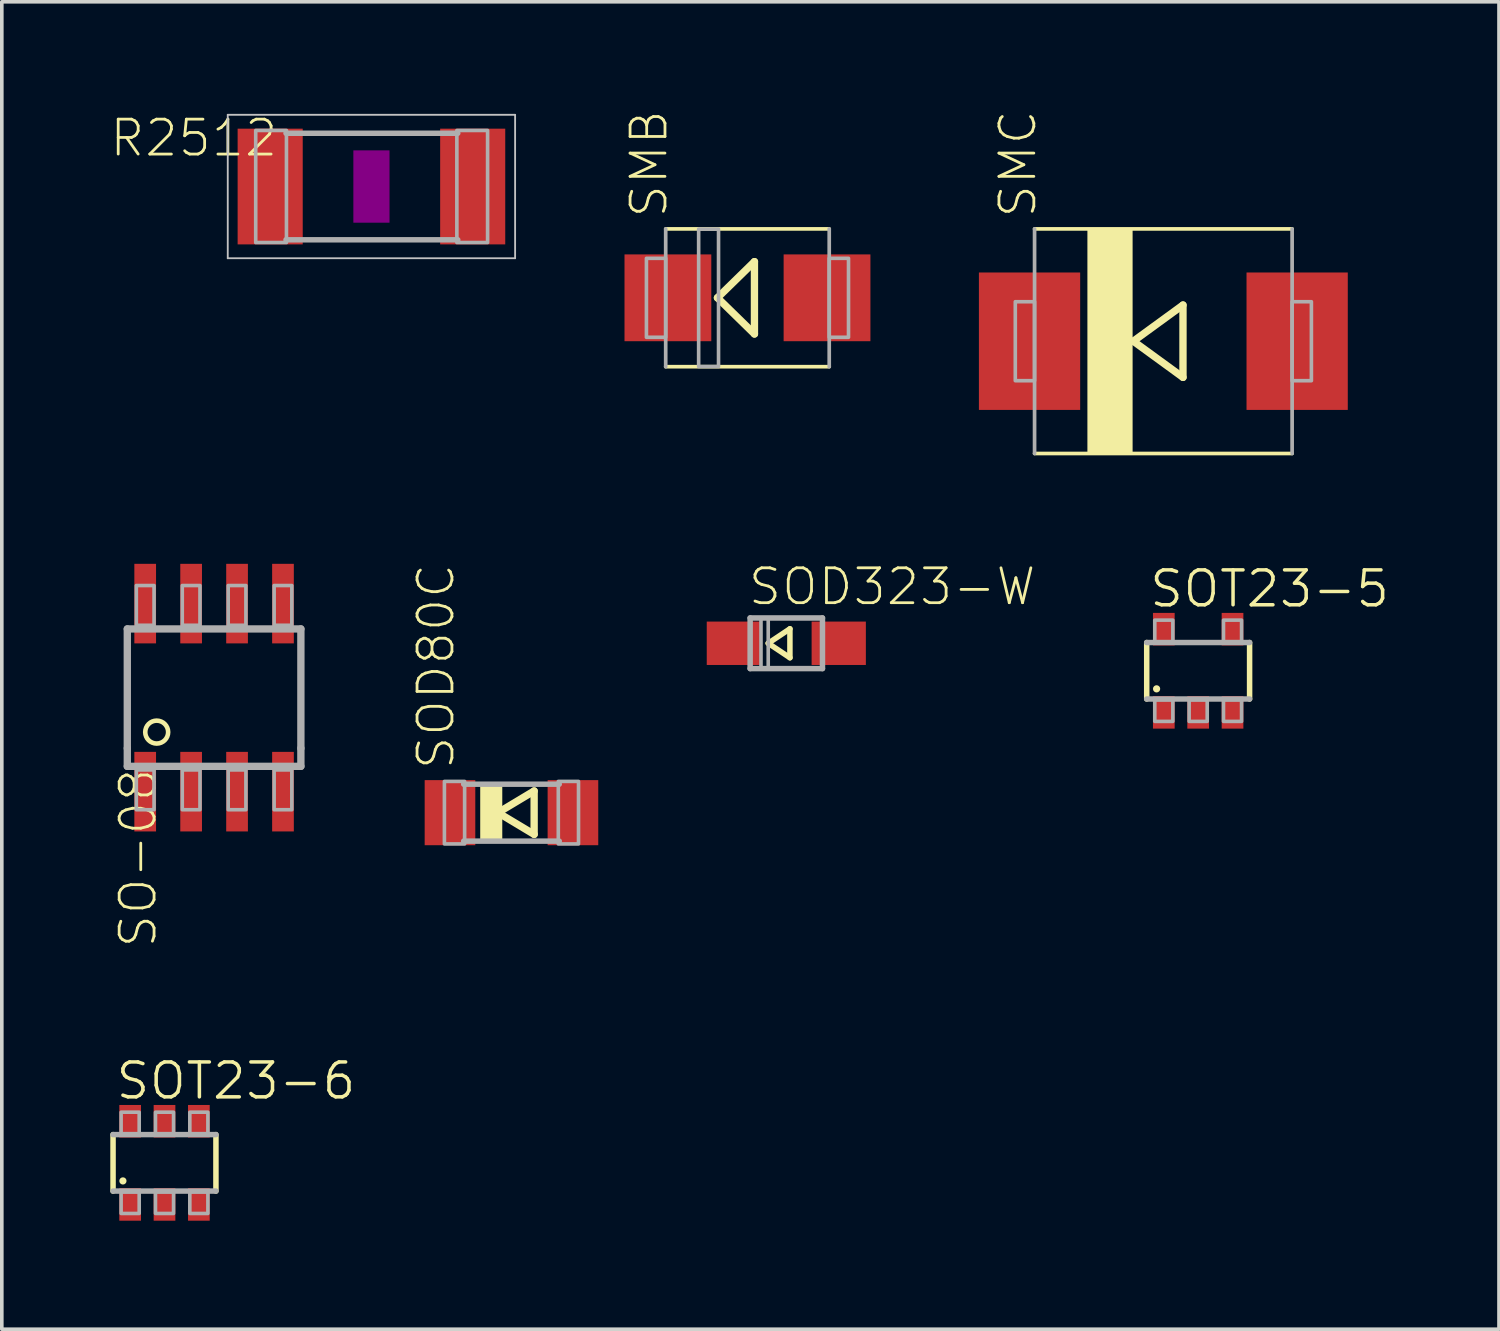
<source format=kicad_pcb>
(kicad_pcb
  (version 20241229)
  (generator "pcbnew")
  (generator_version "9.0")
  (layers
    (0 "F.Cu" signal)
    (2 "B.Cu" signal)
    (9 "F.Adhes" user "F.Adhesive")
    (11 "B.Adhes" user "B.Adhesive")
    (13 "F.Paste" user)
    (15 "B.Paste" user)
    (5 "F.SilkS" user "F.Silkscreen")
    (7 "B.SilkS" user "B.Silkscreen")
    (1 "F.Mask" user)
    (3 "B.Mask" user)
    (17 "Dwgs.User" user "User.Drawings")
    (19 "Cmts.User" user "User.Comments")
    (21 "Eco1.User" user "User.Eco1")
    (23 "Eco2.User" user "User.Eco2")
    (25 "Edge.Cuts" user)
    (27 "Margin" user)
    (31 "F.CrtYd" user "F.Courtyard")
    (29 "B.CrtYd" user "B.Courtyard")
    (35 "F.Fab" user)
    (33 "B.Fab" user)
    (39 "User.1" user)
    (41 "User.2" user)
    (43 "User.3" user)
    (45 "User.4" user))
  (footprint "SOD80C"
    (layer "F.Cu")
    (at 11.093 19.422)
    (property "Reference" "SOD80C" (at -1.524 -1.143 90) (layer "F.SilkS") (effects (font (size 0.965 0.965) (thickness 0.077)) (justify left bottom)))
    (attr through_hole)
    (fp_line (start -0.373 0) (end 0.627 0.6) (stroke (width 0.203) (type solid)) (layer "F.SilkS"))
    (fp_line (start 0.627 -0.6) (end -0.373 0) (stroke (width 0.203) (type solid)) (layer "F.SilkS"))
    (fp_line (start 0.627 0.6) (end 0.627 -0.6) (stroke (width 0.203) (type solid)) (layer "F.SilkS"))
    (fp_poly (pts (xy -0.864 0.787) (xy -0.254 0.787) (xy -0.254 -0.787) (xy -0.864 -0.787)) (stroke (width 0) (type solid)) (fill yes) (layer "F.SilkS"))
    (fp_line (start 1.321 -0.787) (end -1.321 -0.787) (stroke (width 0.152) (type solid)) (layer "F.Fab"))
    (fp_line (start 1.321 0.787) (end -1.321 0.787) (stroke (width 0.152) (type solid)) (layer "F.Fab"))
    (fp_poly (pts (xy -1.854 0.864) (xy -1.295 0.864) (xy -1.295 -0.864) (xy -1.854 -0.864)) (stroke (width 0.1) (type solid)) (fill no) (layer "F.Fab"))
    (fp_poly (pts (xy 1.295 0.864) (xy 1.854 0.864) (xy 1.854 -0.864) (xy 1.295 -0.864)) (stroke (width 0.1) (type solid)) (fill no) (layer "F.Fab"))
    (pad "A" smd rect (at 1.7 0) (size 1.4 1.8) (layers "F.Cu" "F.Mask" "F.Paste"))
    (pad "C" smd rect (at -1.7 0) (size 1.4 1.8) (layers "F.Cu" "F.Mask" "F.Paste")))
  (footprint "SOT23-6"
    (layer "F.Cu")
    (at 1.499 29.105)
    (property "Reference" "SOT23-6" (at -1.397 -1.702 0) (layer "F.SilkS") (effects (font (size 0.965 0.965) (thickness 0.097)) (justify left bottom)))
    (attr through_hole)
    (fp_line (start -1.423 0.781) (end -1.423 -0.781) (stroke (width 0.152) (type solid)) (layer "F.SilkS"))
    (fp_line (start 1.422 -0.781) (end 1.422 0.781) (stroke (width 0.152) (type solid)) (layer "F.SilkS"))
    (fp_circle (center -1.15 0.5) (end -1.05 0.5) (stroke (width 0) (type solid)) (fill yes) (layer "F.SilkS"))
    (fp_line (start -1.423 -0.781) (end 1.422 -0.781) (stroke (width 0.152) (type solid)) (layer "F.Fab"))
    (fp_line (start 1.422 0.781) (end -1.423 0.781) (stroke (width 0.152) (type solid)) (layer "F.Fab"))
    (fp_poly (pts (xy -1.2 -0.8) (xy -0.7 -0.8) (xy -0.7 -1.4) (xy -1.2 -1.4)) (stroke (width 0.1) (type solid)) (fill no) (layer "F.Fab"))
    (fp_poly (pts (xy -1.2 1.4) (xy -0.7 1.4) (xy -0.7 0.8) (xy -1.2 0.8)) (stroke (width 0.1) (type solid)) (fill no) (layer "F.Fab"))
    (fp_poly (pts (xy -0.25 -0.8) (xy 0.25 -0.8) (xy 0.25 -1.4) (xy -0.25 -1.4)) (stroke (width 0.1) (type solid)) (fill no) (layer "F.Fab"))
    (fp_poly (pts (xy -0.25 1.4) (xy 0.25 1.4) (xy 0.25 0.8) (xy -0.25 0.8)) (stroke (width 0.1) (type solid)) (fill no) (layer "F.Fab"))
    (fp_poly (pts (xy 0.7 -0.8) (xy 1.2 -0.8) (xy 1.2 -1.4) (xy 0.7 -1.4)) (stroke (width 0.1) (type solid)) (fill no) (layer "F.Fab"))
    (fp_poly (pts (xy 0.7 1.4) (xy 1.2 1.4) (xy 1.2 0.8) (xy 0.7 0.8)) (stroke (width 0.1) (type solid)) (fill no) (layer "F.Fab"))
    (pad "1" smd rect (at -0.95 1.15) (size 0.6 0.9) (layers "F.Cu" "F.Mask" "F.Paste"))
    (pad "2" smd rect (at 0 1.15) (size 0.6 0.9) (layers "F.Cu" "F.Mask" "F.Paste"))
    (pad "3" smd rect (at 0.95 1.15) (size 0.6 0.9) (layers "F.Cu" "F.Mask" "F.Paste"))
    (pad "4" smd rect (at 0.95 -1.15) (size 0.6 0.9) (layers "F.Cu" "F.Mask" "F.Paste"))
    (pad "5" smd rect (at 0 -1.15) (size 0.6 0.9) (layers "F.Cu" "F.Mask" "F.Paste"))
    (pad "6" smd rect (at -0.95 -1.15) (size 0.6 0.9) (layers "F.Cu" "F.Mask" "F.Paste")))
  (footprint "SO-08"
    (layer "F.Cu")
    (at 2.87 16.241)
    (property "Reference" "SO-08" (at -2.667 1.905 90) (layer "F.SilkS") (effects (font (size 0.965 0.965) (thickness 0.077)) (justify right top)))
    (attr through_hole)
    (fp_circle (center -1.587 0.953) (end -1.27 0.953) (stroke (width 0.127) (type solid)) (fill no) (layer "F.SilkS"))
    (fp_line (start -2.4 -1.9) (end 2.4 -1.9) (stroke (width 0.203) (type solid)) (layer "F.Fab"))
    (fp_line (start -2.4 1.4) (end -2.4 -1.9) (stroke (width 0.203) (type solid)) (layer "F.Fab"))
    (fp_line (start -2.4 1.9) (end -2.4 1.4) (stroke (width 0.203) (type solid)) (layer "F.Fab"))
    (fp_line (start 2.4 -1.9) (end 2.4 1.4) (stroke (width 0.203) (type solid)) (layer "F.Fab"))
    (fp_line (start 2.4 1.4) (end 2.4 1.9) (stroke (width 0.203) (type solid)) (layer "F.Fab"))
    (fp_line (start 2.4 1.9) (end -2.4 1.9) (stroke (width 0.203) (type solid)) (layer "F.Fab"))
    (fp_poly (pts (xy -2.15 -2) (xy -1.66 -2) (xy -1.66 -3.1) (xy -2.15 -3.1)) (stroke (width 0.1) (type solid)) (fill no) (layer "F.Fab"))
    (fp_poly (pts (xy -2.15 3.1) (xy -1.66 3.1) (xy -1.66 2) (xy -2.15 2)) (stroke (width 0.1) (type solid)) (fill no) (layer "F.Fab"))
    (fp_poly (pts (xy -0.88 -2) (xy -0.39 -2) (xy -0.39 -3.1) (xy -0.88 -3.1)) (stroke (width 0.1) (type solid)) (fill no) (layer "F.Fab"))
    (fp_poly (pts (xy -0.88 3.1) (xy -0.39 3.1) (xy -0.39 2) (xy -0.88 2)) (stroke (width 0.1) (type solid)) (fill no) (layer "F.Fab"))
    (fp_poly (pts (xy 0.39 -2) (xy 0.88 -2) (xy 0.88 -3.1) (xy 0.39 -3.1)) (stroke (width 0.1) (type solid)) (fill no) (layer "F.Fab"))
    (fp_poly (pts (xy 0.39 3.1) (xy 0.88 3.1) (xy 0.88 2) (xy 0.39 2)) (stroke (width 0.1) (type solid)) (fill no) (layer "F.Fab"))
    (fp_poly (pts (xy 1.66 -2) (xy 2.15 -2) (xy 2.15 -3.1) (xy 1.66 -3.1)) (stroke (width 0.1) (type solid)) (fill no) (layer "F.Fab"))
    (fp_poly (pts (xy 1.66 3.1) (xy 2.15 3.1) (xy 2.15 2) (xy 1.66 2)) (stroke (width 0.1) (type solid)) (fill no) (layer "F.Fab"))
    (pad "1" smd rect (at -1.905 2.6) (size 0.6 2.2) (layers "F.Cu" "F.Mask" "F.Paste"))
    (pad "2" smd rect (at -0.635 2.6) (size 0.6 2.2) (layers "F.Cu" "F.Mask" "F.Paste"))
    (pad "3" smd rect (at 0.635 2.6) (size 0.6 2.2) (layers "F.Cu" "F.Mask" "F.Paste"))
    (pad "4" smd rect (at 1.905 2.6) (size 0.6 2.2) (layers "F.Cu" "F.Mask" "F.Paste"))
    (pad "5" smd rect (at 1.905 -2.6) (size 0.6 2.2) (layers "F.Cu" "F.Mask" "F.Paste"))
    (pad "6" smd rect (at 0.635 -2.6) (size 0.6 2.2) (layers "F.Cu" "F.Mask" "F.Paste"))
    (pad "7" smd rect (at -0.635 -2.6) (size 0.6 2.2) (layers "F.Cu" "F.Mask" "F.Paste"))
    (pad "8" smd rect (at -1.905 -2.6) (size 0.6 2.2) (layers "F.Cu" "F.Mask" "F.Paste")))
  (footprint "R2512"
    (layer "F.Cu")
    (at 7.221 2.108)
    (property "Reference" "R2512" (at -2.54 -1.905 180) (layer "F.SilkS") (effects (font (size 0.965 0.965) (thickness 0.077)) (justify right top)))
    (attr through_hole)
    (fp_poly (pts (xy -0.5 1) (xy 0.5 1) (xy 0.5 -1) (xy -0.5 -1)) (stroke (width 0) (type solid)) (fill yes) (layer "F.Adhes"))
    (fp_line (start -3.973 -1.983) (end 3.973 -1.983) (stroke (width 0.051) (type solid)) (layer "Dwgs.User"))
    (fp_line (start -3.973 1.983) (end -3.973 -1.983) (stroke (width 0.051) (type solid)) (layer "Dwgs.User"))
    (fp_line (start 3.973 -1.983) (end 3.973 1.983) (stroke (width 0.051) (type solid)) (layer "Dwgs.User"))
    (fp_line (start 3.973 1.983) (end -3.973 1.983) (stroke (width 0.051) (type solid)) (layer "Dwgs.User"))
    (fp_line (start -2.362 -1.473) (end 2.387 -1.473) (stroke (width 0.152) (type solid)) (layer "F.Fab"))
    (fp_line (start -2.362 1.473) (end 2.387 1.473) (stroke (width 0.152) (type solid)) (layer "F.Fab"))
    (fp_poly (pts (xy -3.2 1.549) (xy -2.35 1.549) (xy -2.35 -1.551) (xy -3.2 -1.551)) (stroke (width 0.1) (type solid)) (fill no) (layer "F.Fab"))
    (fp_poly (pts (xy 2.362 1.549) (xy 3.212 1.549) (xy 3.212 -1.551) (xy 2.362 -1.551)) (stroke (width 0.1) (type solid)) (fill no) (layer "F.Fab"))
    (pad "1" smd rect (at -2.8 0) (size 1.8 3.2) (layers "F.Cu" "F.Mask" "F.Paste"))
    (pad "2" smd rect (at 2.8 0) (size 1.8 3.2) (layers "F.Cu" "F.Mask" "F.Paste")))
  (footprint "SOD323-W"
    (layer "F.Cu")
    (at 18.693 14.738)
    (property "Reference" "SOD323-W" (at -1.1 -1 180) (layer "F.SilkS") (effects (font (size 0.965 0.965) (thickness 0.077)) (justify left bottom)))
    (attr through_hole)
    (fp_line (start -0.5 0) (end 0.1 -0.4) (stroke (width 0.152) (type solid)) (layer "F.SilkS"))
    (fp_line (start 0.1 -0.4) (end 0.1 0.4) (stroke (width 0.152) (type solid)) (layer "F.SilkS"))
    (fp_line (start 0.1 0.4) (end -0.5 0) (stroke (width 0.152) (type solid)) (layer "F.SilkS"))
    (fp_line (start -1 -0.7) (end 1 -0.7) (stroke (width 0.152) (type solid)) (layer "F.Fab"))
    (fp_line (start -1 0.7) (end -1 -0.7) (stroke (width 0.152) (type solid)) (layer "F.Fab"))
    (fp_line (start 1 -0.7) (end 1 0.7) (stroke (width 0.152) (type solid)) (layer "F.Fab"))
    (fp_line (start 1 0.7) (end -1 0.7) (stroke (width 0.152) (type solid)) (layer "F.Fab"))
    (fp_poly (pts (xy -0.7 0.7) (xy -0.5 0.7) (xy -0.5 -0.7) (xy -0.7 -0.7)) (stroke (width 0.1) (type solid)) (fill no) (layer "F.Fab"))
    (pad "A" smd rect (at 1.45 0) (size 1.5 1.2) (layers "F.Cu" "F.Mask" "F.Paste"))
    (pad "C" smd rect (at -1.45 0) (size 1.5 1.2) (layers "F.Cu" "F.Mask" "F.Paste")))
  (footprint "SMB"
    (layer "F.Cu")
    (at 17.619 5.185)
    (property "Reference" "SMB" (at -2.159 -2.159 90) (layer "F.SilkS") (effects (font (size 0.965 0.965) (thickness 0.077)) (justify left bottom)))
    (attr through_hole)
    (fp_line (start -2.261 -1.905) (end 2.261 -1.905) (stroke (width 0.102) (type solid)) (layer "F.SilkS"))
    (fp_line (start -2.261 1.905) (end 2.261 1.905) (stroke (width 0.102) (type solid)) (layer "F.SilkS"))
    (fp_line (start -0.83 0) (end 0.193 1) (stroke (width 0.203) (type solid)) (layer "F.SilkS"))
    (fp_line (start 0.193 -1) (end -0.83 0) (stroke (width 0.203) (type solid)) (layer "F.SilkS"))
    (fp_line (start 0.193 1) (end 0.193 -1) (stroke (width 0.203) (type solid)) (layer "F.SilkS"))
    (fp_line (start -2.261 1.905) (end -2.261 -1.905) (stroke (width 0.102) (type solid)) (layer "F.Fab"))
    (fp_line (start 2.261 1.905) (end 2.261 -1.905) (stroke (width 0.102) (type solid)) (layer "F.Fab"))
    (fp_poly (pts (xy -2.794 1.092) (xy -2.261 1.092) (xy -2.261 -1.092) (xy -2.794 -1.092)) (stroke (width 0.1) (type solid)) (fill no) (layer "F.Fab"))
    (fp_poly (pts (xy -1.35 1.9) (xy -0.8 1.9) (xy -0.8 -1.9) (xy -1.35 -1.9)) (stroke (width 0.1) (type solid)) (fill no) (layer "F.Fab"))
    (fp_poly (pts (xy 2.261 1.092) (xy 2.794 1.092) (xy 2.794 -1.092) (xy 2.261 -1.092)) (stroke (width 0.1) (type solid)) (fill no) (layer "F.Fab"))
    (pad "A" smd rect (at 2.2 0) (size 2.4 2.4) (layers "F.Cu" "F.Mask" "F.Paste"))
    (pad "C" smd rect (at -2.2 0) (size 2.4 2.4) (layers "F.Cu" "F.Mask" "F.Paste")))
  (footprint "SMC"
    (layer "F.Cu")
    (at 29.119 6.385)
    (property "Reference" "SMC" (at -3.459 -3.359 90) (layer "F.SilkS") (effects (font (size 0.965 0.965) (thickness 0.077)) (justify left bottom)))
    (attr through_hole)
    (fp_line (start -3.561 -3.105) (end 3.561 -3.105) (stroke (width 0.102) (type solid)) (layer "F.SilkS"))
    (fp_line (start -3.561 3.105) (end 3.561 3.105) (stroke (width 0.102) (type solid)) (layer "F.SilkS"))
    (fp_line (start -0.83 0) (end 0.543 1) (stroke (width 0.203) (type solid)) (layer "F.SilkS"))
    (fp_line (start 0.543 -1) (end -0.83 0) (stroke (width 0.203) (type solid)) (layer "F.SilkS"))
    (fp_line (start 0.543 1) (end 0.543 -1) (stroke (width 0.203) (type solid)) (layer "F.SilkS"))
    (fp_poly (pts (xy -2.1 3.1) (xy -0.85 3.1) (xy -0.85 -3.1) (xy -2.1 -3.1)) (stroke (width 0) (type solid)) (fill yes) (layer "F.SilkS"))
    (fp_line (start -3.561 3.105) (end -3.561 -3.105) (stroke (width 0.102) (type solid)) (layer "F.Fab"))
    (fp_line (start 3.561 3.105) (end 3.561 -3.105) (stroke (width 0.102) (type solid)) (layer "F.Fab"))
    (fp_poly (pts (xy -4.094 1.092) (xy -3.561 1.092) (xy -3.561 -1.092) (xy -4.094 -1.092)) (stroke (width 0.1) (type solid)) (fill no) (layer "F.Fab"))
    (fp_poly (pts (xy 3.561 1.092) (xy 4.094 1.092) (xy 4.094 -1.092) (xy 3.561 -1.092)) (stroke (width 0.1) (type solid)) (fill no) (layer "F.Fab"))
    (pad "A" smd rect (at 3.7 0) (size 2.8 3.8) (layers "F.Cu" "F.Mask" "F.Paste"))
    (pad "C" smd rect (at -3.7 0) (size 2.8 3.8) (layers "F.Cu" "F.Mask" "F.Paste")))
  (footprint "SOT23-5"
    (layer "F.Cu")
    (at 30.082 15.498)
    (property "Reference" "SOT23-5" (at -1.397 -1.702 180) (layer "F.SilkS") (effects (font (size 0.965 0.965) (thickness 0.097)) (justify left bottom)))
    (attr through_hole)
    (fp_line (start -1.423 0.781) (end -1.423 -0.781) (stroke (width 0.152) (type solid)) (layer "F.SilkS"))
    (fp_line (start 1.422 -0.781) (end 1.422 0.781) (stroke (width 0.152) (type solid)) (layer "F.SilkS"))
    (fp_circle (center -1.15 0.5) (end -1.05 0.5) (stroke (width 0) (type solid)) (fill yes) (layer "F.SilkS"))
    (fp_line (start -1.423 -0.781) (end 1.422 -0.781) (stroke (width 0.152) (type solid)) (layer "F.Fab"))
    (fp_line (start 1.422 0.781) (end -1.423 0.781) (stroke (width 0.152) (type solid)) (layer "F.Fab"))
    (fp_poly (pts (xy -1.2 -0.8) (xy -0.7 -0.8) (xy -0.7 -1.4) (xy -1.2 -1.4)) (stroke (width 0.1) (type solid)) (fill no) (layer "F.Fab"))
    (fp_poly (pts (xy -1.2 1.4) (xy -0.7 1.4) (xy -0.7 0.8) (xy -1.2 0.8)) (stroke (width 0.1) (type solid)) (fill no) (layer "F.Fab"))
    (fp_poly (pts (xy -0.25 1.4) (xy 0.25 1.4) (xy 0.25 0.8) (xy -0.25 0.8)) (stroke (width 0.1) (type solid)) (fill no) (layer "F.Fab"))
    (fp_poly (pts (xy 0.7 -0.8) (xy 1.2 -0.8) (xy 1.2 -1.4) (xy 0.7 -1.4)) (stroke (width 0.1) (type solid)) (fill no) (layer "F.Fab"))
    (fp_poly (pts (xy 0.7 1.4) (xy 1.2 1.4) (xy 1.2 0.8) (xy 0.7 0.8)) (stroke (width 0.1) (type solid)) (fill no) (layer "F.Fab"))
    (pad "1" smd rect (at -0.95 1.15) (size 0.6 0.9) (layers "F.Cu" "F.Mask" "F.Paste"))
    (pad "2" smd rect (at 0 1.15) (size 0.6 0.9) (layers "F.Cu" "F.Mask" "F.Paste"))
    (pad "3" smd rect (at 0.95 1.15) (size 0.6 0.9) (layers "F.Cu" "F.Mask" "F.Paste"))
    (pad "4" smd rect (at 0.95 -1.15) (size 0.6 0.9) (layers "F.Cu" "F.Mask" "F.Paste"))
    (pad "5" smd rect (at -0.95 -1.15) (size 0.6 0.9) (layers "F.Cu" "F.Mask" "F.Paste")))
  (gr_rect
    (start -3 -3)
    (end 38.4 33.705)
    (stroke (width 0.1) (type default))
    (fill no)
    (layer "Edge.Cuts")))
</source>
